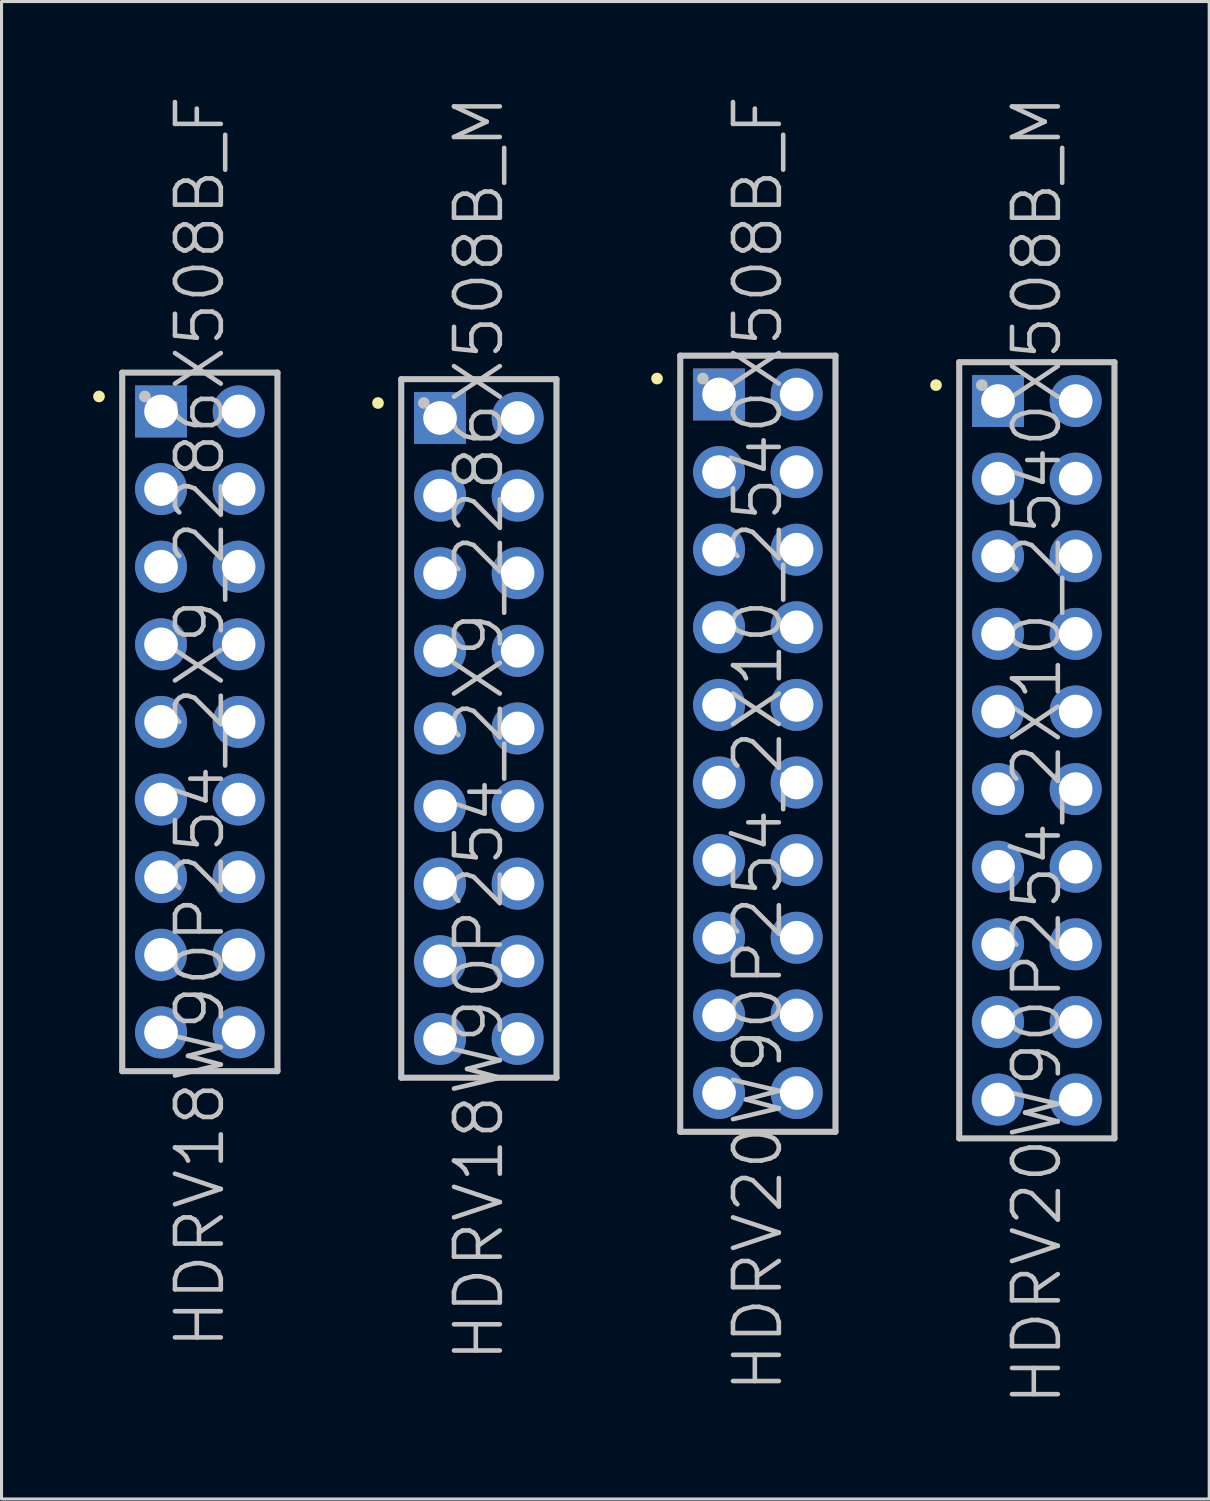
<source format=kicad_pcb>
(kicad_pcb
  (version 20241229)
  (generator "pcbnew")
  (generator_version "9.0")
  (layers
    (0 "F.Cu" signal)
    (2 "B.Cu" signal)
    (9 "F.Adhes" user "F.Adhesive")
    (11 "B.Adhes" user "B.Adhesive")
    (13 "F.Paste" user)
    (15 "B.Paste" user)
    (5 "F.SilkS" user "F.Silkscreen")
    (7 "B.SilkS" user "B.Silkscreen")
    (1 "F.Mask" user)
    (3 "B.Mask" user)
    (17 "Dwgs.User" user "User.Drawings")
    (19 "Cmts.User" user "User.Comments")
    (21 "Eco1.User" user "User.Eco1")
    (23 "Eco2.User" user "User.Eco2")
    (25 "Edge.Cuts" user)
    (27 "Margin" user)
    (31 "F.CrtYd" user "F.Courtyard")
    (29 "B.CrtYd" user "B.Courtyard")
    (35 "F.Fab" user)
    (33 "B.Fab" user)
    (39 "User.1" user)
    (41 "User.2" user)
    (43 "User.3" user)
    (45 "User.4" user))
  (footprint "HDRV20W90P254_2X10_2540X508B_M"
    (layer "F.Cu")
    (at 30.882 21.504)
    (property "Reference" "HDRV20W90P254_2X10_2540X508B_M" (at 0 0 90) (layer "Dwgs.User") (effects (font (size 1.5 1.5) (thickness 0.15))))
    (attr through_hole)
    (fp_line (start -3.3 -11.95) (end -3.3 -11.95) (stroke (width 0.381) (type solid)) (layer "F.SilkS"))
    (fp_line (start -2.54 -12.7) (end -2.54 12.7) (stroke (width 0.2) (type solid)) (layer "Dwgs.User"))
    (fp_line (start -2.54 -12.7) (end 2.54 -12.7) (stroke (width 0.2) (type solid)) (layer "Dwgs.User"))
    (fp_line (start -2.54 12.7) (end 2.54 12.7) (stroke (width 0.2) (type solid)) (layer "Dwgs.User"))
    (fp_line (start -1.8 -11.95) (end -1.8 -11.95) (stroke (width 0.381) (type solid)) (layer "Dwgs.User"))
    (fp_line (start 2.54 -12.7) (end 2.54 12.7) (stroke (width 0.2) (type solid)) (layer "Dwgs.User"))
    (pad "1" thru_hole rect (at -1.27 -11.43) (size 1.7 1.7) (drill 1.1) (layers "*.Cu" "*.Mask"))
    (pad "2" thru_hole circle (at 1.27 -11.43 270) (size 1.7 1.7) (drill 1.1) (layers "*.Cu" "*.Mask"))
    (pad "3" thru_hole circle (at -1.27 -8.89 270) (size 1.7 1.7) (drill 1.1) (layers "*.Cu" "*.Mask"))
    (pad "4" thru_hole circle (at 1.27 -8.89 270) (size 1.7 1.7) (drill 1.1) (layers "*.Cu" "*.Mask"))
    (pad "5" thru_hole circle (at -1.27 -6.35 270) (size 1.7 1.7) (drill 1.1) (layers "*.Cu" "*.Mask"))
    (pad "6" thru_hole circle (at 1.27 -6.35 270) (size 1.7 1.7) (drill 1.1) (layers "*.Cu" "*.Mask"))
    (pad "7" thru_hole circle (at -1.27 -3.81 270) (size 1.7 1.7) (drill 1.1) (layers "*.Cu" "*.Mask"))
    (pad "8" thru_hole circle (at 1.27 -3.81 270) (size 1.7 1.7) (drill 1.1) (layers "*.Cu" "*.Mask"))
    (pad "9" thru_hole circle (at -1.27 -1.27 270) (size 1.7 1.7) (drill 1.1) (layers "*.Cu" "*.Mask"))
    (pad "10" thru_hole circle (at 1.27 -1.27 270) (size 1.7 1.7) (drill 1.1) (layers "*.Cu" "*.Mask"))
    (pad "11" thru_hole circle (at -1.27 1.27 270) (size 1.7 1.7) (drill 1.1) (layers "*.Cu" "*.Mask"))
    (pad "12" thru_hole circle (at 1.27 1.27 270) (size 1.7 1.7) (drill 1.1) (layers "*.Cu" "*.Mask"))
    (pad "13" thru_hole circle (at -1.27 3.81 270) (size 1.7 1.7) (drill 1.1) (layers "*.Cu" "*.Mask"))
    (pad "14" thru_hole circle (at 1.27 3.81 270) (size 1.7 1.7) (drill 1.1) (layers "*.Cu" "*.Mask"))
    (pad "15" thru_hole circle (at -1.27 6.35 270) (size 1.7 1.7) (drill 1.1) (layers "*.Cu" "*.Mask"))
    (pad "16" thru_hole circle (at 1.27 6.35 270) (size 1.7 1.7) (drill 1.1) (layers "*.Cu" "*.Mask"))
    (pad "17" thru_hole circle (at -1.27 8.89 270) (size 1.7 1.7) (drill 1.1) (layers "*.Cu" "*.Mask"))
    (pad "18" thru_hole circle (at 1.27 8.89 270) (size 1.7 1.7) (drill 1.1) (layers "*.Cu" "*.Mask"))
    (pad "19" thru_hole circle (at -1.27 11.43 270) (size 1.7 1.7) (drill 1.1) (layers "*.Cu" "*.Mask"))
    (pad "20" thru_hole circle (at 1.27 11.43 270) (size 1.7 1.7) (drill 1.1) (layers "*.Cu" "*.Mask")))
  (footprint "HDRV20W90P254_2X10_2540X508B_F"
    (layer "F.Cu")
    (at 21.752 21.289)
    (property "Reference" "HDRV20W90P254_2X10_2540X508B_F" (at 0 0 90) (layer "Dwgs.User") (effects (font (size 1.5 1.5) (thickness 0.15))))
    (attr through_hole)
    (fp_line (start -3.3 -11.95) (end -3.3 -11.95) (stroke (width 0.381) (type solid)) (layer "F.SilkS"))
    (fp_line (start -2.54 -12.7) (end -2.54 12.7) (stroke (width 0.2) (type solid)) (layer "Dwgs.User"))
    (fp_line (start -2.54 -12.7) (end 2.54 -12.7) (stroke (width 0.2) (type solid)) (layer "Dwgs.User"))
    (fp_line (start -2.54 12.7) (end 2.54 12.7) (stroke (width 0.2) (type solid)) (layer "Dwgs.User"))
    (fp_line (start -1.8 -11.95) (end -1.8 -11.95) (stroke (width 0.381) (type solid)) (layer "Dwgs.User"))
    (fp_line (start 2.54 -12.7) (end 2.54 12.7) (stroke (width 0.2) (type solid)) (layer "Dwgs.User"))
    (pad "1" thru_hole rect (at -1.27 -11.43) (size 1.7 1.7) (drill 1.1) (layers "*.Cu" "*.Mask"))
    (pad "2" thru_hole circle (at 1.27 -11.43 270) (size 1.7 1.7) (drill 1.1) (layers "*.Cu" "*.Mask"))
    (pad "3" thru_hole circle (at -1.27 -8.89 270) (size 1.7 1.7) (drill 1.1) (layers "*.Cu" "*.Mask"))
    (pad "4" thru_hole circle (at 1.27 -8.89 270) (size 1.7 1.7) (drill 1.1) (layers "*.Cu" "*.Mask"))
    (pad "5" thru_hole circle (at -1.27 -6.35 270) (size 1.7 1.7) (drill 1.1) (layers "*.Cu" "*.Mask"))
    (pad "6" thru_hole circle (at 1.27 -6.35 270) (size 1.7 1.7) (drill 1.1) (layers "*.Cu" "*.Mask"))
    (pad "7" thru_hole circle (at -1.27 -3.81 270) (size 1.7 1.7) (drill 1.1) (layers "*.Cu" "*.Mask"))
    (pad "8" thru_hole circle (at 1.27 -3.81 270) (size 1.7 1.7) (drill 1.1) (layers "*.Cu" "*.Mask"))
    (pad "9" thru_hole circle (at -1.27 -1.27 270) (size 1.7 1.7) (drill 1.1) (layers "*.Cu" "*.Mask"))
    (pad "10" thru_hole circle (at 1.27 -1.27 270) (size 1.7 1.7) (drill 1.1) (layers "*.Cu" "*.Mask"))
    (pad "11" thru_hole circle (at -1.27 1.27 270) (size 1.7 1.7) (drill 1.1) (layers "*.Cu" "*.Mask"))
    (pad "12" thru_hole circle (at 1.27 1.27 270) (size 1.7 1.7) (drill 1.1) (layers "*.Cu" "*.Mask"))
    (pad "13" thru_hole circle (at -1.27 3.81 270) (size 1.7 1.7) (drill 1.1) (layers "*.Cu" "*.Mask"))
    (pad "14" thru_hole circle (at 1.27 3.81 270) (size 1.7 1.7) (drill 1.1) (layers "*.Cu" "*.Mask"))
    (pad "15" thru_hole circle (at -1.27 6.35 270) (size 1.7 1.7) (drill 1.1) (layers "*.Cu" "*.Mask"))
    (pad "16" thru_hole circle (at 1.27 6.35 270) (size 1.7 1.7) (drill 1.1) (layers "*.Cu" "*.Mask"))
    (pad "17" thru_hole circle (at -1.27 8.89 270) (size 1.7 1.7) (drill 1.1) (layers "*.Cu" "*.Mask"))
    (pad "18" thru_hole circle (at 1.27 8.89 270) (size 1.7 1.7) (drill 1.1) (layers "*.Cu" "*.Mask"))
    (pad "19" thru_hole circle (at -1.27 11.43 270) (size 1.7 1.7) (drill 1.1) (layers "*.Cu" "*.Mask"))
    (pad "20" thru_hole circle (at 1.27 11.43 270) (size 1.7 1.7) (drill 1.1) (layers "*.Cu" "*.Mask")))
  (footprint "HDRV18W90P254_2X9_2286X508B_M"
    (layer "F.Cu")
    (at 12.621 20.789)
    (property "Reference" "HDRV18W90P254_2X9_2286X508B_M" (at 0 0 90) (layer "Dwgs.User") (effects (font (size 1.5 1.5) (thickness 0.15))))
    (attr through_hole)
    (fp_line (start -3.3 -10.65) (end -3.3 -10.65) (stroke (width 0.381) (type solid)) (layer "F.SilkS"))
    (fp_line (start -2.54 -11.43) (end -2.54 11.43) (stroke (width 0.2) (type solid)) (layer "Dwgs.User"))
    (fp_line (start -2.54 -11.43) (end 2.54 -11.43) (stroke (width 0.2) (type solid)) (layer "Dwgs.User"))
    (fp_line (start -2.54 11.43) (end 2.54 11.43) (stroke (width 0.2) (type solid)) (layer "Dwgs.User"))
    (fp_line (start -1.8 -10.65) (end -1.8 -10.65) (stroke (width 0.381) (type solid)) (layer "Dwgs.User"))
    (fp_line (start 2.54 -11.43) (end 2.54 11.43) (stroke (width 0.2) (type solid)) (layer "Dwgs.User"))
    (pad "1" thru_hole rect (at -1.27 -10.16) (size 1.7 1.7) (drill 1.1) (layers "*.Cu" "*.Mask"))
    (pad "2" thru_hole circle (at 1.27 -10.16 270) (size 1.7 1.7) (drill 1.1) (layers "*.Cu" "*.Mask"))
    (pad "3" thru_hole circle (at -1.27 -7.62 270) (size 1.7 1.7) (drill 1.1) (layers "*.Cu" "*.Mask"))
    (pad "4" thru_hole circle (at 1.27 -7.62 270) (size 1.7 1.7) (drill 1.1) (layers "*.Cu" "*.Mask"))
    (pad "5" thru_hole circle (at -1.27 -5.08 270) (size 1.7 1.7) (drill 1.1) (layers "*.Cu" "*.Mask"))
    (pad "6" thru_hole circle (at 1.27 -5.08 270) (size 1.7 1.7) (drill 1.1) (layers "*.Cu" "*.Mask"))
    (pad "7" thru_hole circle (at -1.27 -2.54 270) (size 1.7 1.7) (drill 1.1) (layers "*.Cu" "*.Mask"))
    (pad "8" thru_hole circle (at 1.27 -2.54 270) (size 1.7 1.7) (drill 1.1) (layers "*.Cu" "*.Mask"))
    (pad "9" thru_hole circle (at -1.27 0 270) (size 1.7 1.7) (drill 1.1) (layers "*.Cu" "*.Mask"))
    (pad "10" thru_hole circle (at 1.27 0 270) (size 1.7 1.7) (drill 1.1) (layers "*.Cu" "*.Mask"))
    (pad "11" thru_hole circle (at -1.27 2.54 270) (size 1.7 1.7) (drill 1.1) (layers "*.Cu" "*.Mask"))
    (pad "12" thru_hole circle (at 1.27 2.54 270) (size 1.7 1.7) (drill 1.1) (layers "*.Cu" "*.Mask"))
    (pad "13" thru_hole circle (at -1.27 5.08 270) (size 1.7 1.7) (drill 1.1) (layers "*.Cu" "*.Mask"))
    (pad "14" thru_hole circle (at 1.27 5.08 270) (size 1.7 1.7) (drill 1.1) (layers "*.Cu" "*.Mask"))
    (pad "15" thru_hole circle (at -1.27 7.62 270) (size 1.7 1.7) (drill 1.1) (layers "*.Cu" "*.Mask"))
    (pad "16" thru_hole circle (at 1.27 7.62 270) (size 1.7 1.7) (drill 1.1) (layers "*.Cu" "*.Mask"))
    (pad "17" thru_hole circle (at -1.27 10.16 270) (size 1.7 1.7) (drill 1.1) (layers "*.Cu" "*.Mask"))
    (pad "18" thru_hole circle (at 1.27 10.16 270) (size 1.7 1.7) (drill 1.1) (layers "*.Cu" "*.Mask")))
  (footprint "HDRV18W90P254_2X9_2286X508B_F"
    (layer "F.Cu")
    (at 3.49 20.575)
    (property "Reference" "HDRV18W90P254_2X9_2286X508B_F" (at 0 0 90) (layer "Dwgs.User") (effects (font (size 1.5 1.5) (thickness 0.15))))
    (attr through_hole)
    (fp_line (start -3.3 -10.65) (end -3.3 -10.65) (stroke (width 0.381) (type solid)) (layer "F.SilkS"))
    (fp_line (start -2.54 -11.43) (end -2.54 11.43) (stroke (width 0.2) (type solid)) (layer "Dwgs.User"))
    (fp_line (start -2.54 -11.43) (end 2.54 -11.43) (stroke (width 0.2) (type solid)) (layer "Dwgs.User"))
    (fp_line (start -2.54 11.43) (end 2.54 11.43) (stroke (width 0.2) (type solid)) (layer "Dwgs.User"))
    (fp_line (start -1.8 -10.65) (end -1.8 -10.65) (stroke (width 0.381) (type solid)) (layer "Dwgs.User"))
    (fp_line (start 2.54 -11.43) (end 2.54 11.43) (stroke (width 0.2) (type solid)) (layer "Dwgs.User"))
    (pad "1" thru_hole rect (at -1.27 -10.16) (size 1.7 1.7) (drill 1.1) (layers "*.Cu" "*.Mask"))
    (pad "2" thru_hole circle (at 1.27 -10.16 270) (size 1.7 1.7) (drill 1.1) (layers "*.Cu" "*.Mask"))
    (pad "3" thru_hole circle (at -1.27 -7.62 270) (size 1.7 1.7) (drill 1.1) (layers "*.Cu" "*.Mask"))
    (pad "4" thru_hole circle (at 1.27 -7.62 270) (size 1.7 1.7) (drill 1.1) (layers "*.Cu" "*.Mask"))
    (pad "5" thru_hole circle (at -1.27 -5.08 270) (size 1.7 1.7) (drill 1.1) (layers "*.Cu" "*.Mask"))
    (pad "6" thru_hole circle (at 1.27 -5.08 270) (size 1.7 1.7) (drill 1.1) (layers "*.Cu" "*.Mask"))
    (pad "7" thru_hole circle (at -1.27 -2.54 270) (size 1.7 1.7) (drill 1.1) (layers "*.Cu" "*.Mask"))
    (pad "8" thru_hole circle (at 1.27 -2.54 270) (size 1.7 1.7) (drill 1.1) (layers "*.Cu" "*.Mask"))
    (pad "9" thru_hole circle (at -1.27 0 270) (size 1.7 1.7) (drill 1.1) (layers "*.Cu" "*.Mask"))
    (pad "10" thru_hole circle (at 1.27 0 270) (size 1.7 1.7) (drill 1.1) (layers "*.Cu" "*.Mask"))
    (pad "11" thru_hole circle (at -1.27 2.54 270) (size 1.7 1.7) (drill 1.1) (layers "*.Cu" "*.Mask"))
    (pad "12" thru_hole circle (at 1.27 2.54 270) (size 1.7 1.7) (drill 1.1) (layers "*.Cu" "*.Mask"))
    (pad "13" thru_hole circle (at -1.27 5.08 270) (size 1.7 1.7) (drill 1.1) (layers "*.Cu" "*.Mask"))
    (pad "14" thru_hole circle (at 1.27 5.08 270) (size 1.7 1.7) (drill 1.1) (layers "*.Cu" "*.Mask"))
    (pad "15" thru_hole circle (at -1.27 7.62 270) (size 1.7 1.7) (drill 1.1) (layers "*.Cu" "*.Mask"))
    (pad "16" thru_hole circle (at 1.27 7.62 270) (size 1.7 1.7) (drill 1.1) (layers "*.Cu" "*.Mask"))
    (pad "17" thru_hole circle (at -1.27 10.16 270) (size 1.7 1.7) (drill 1.1) (layers "*.Cu" "*.Mask"))
    (pad "18" thru_hole circle (at 1.27 10.16 270) (size 1.7 1.7) (drill 1.1) (layers "*.Cu" "*.Mask")))
  (gr_rect
    (start -3 -3)
    (end 36.522 46.007)
    (stroke (width 0.1) (type default))
    (fill no)
    (layer "Edge.Cuts")))
</source>
